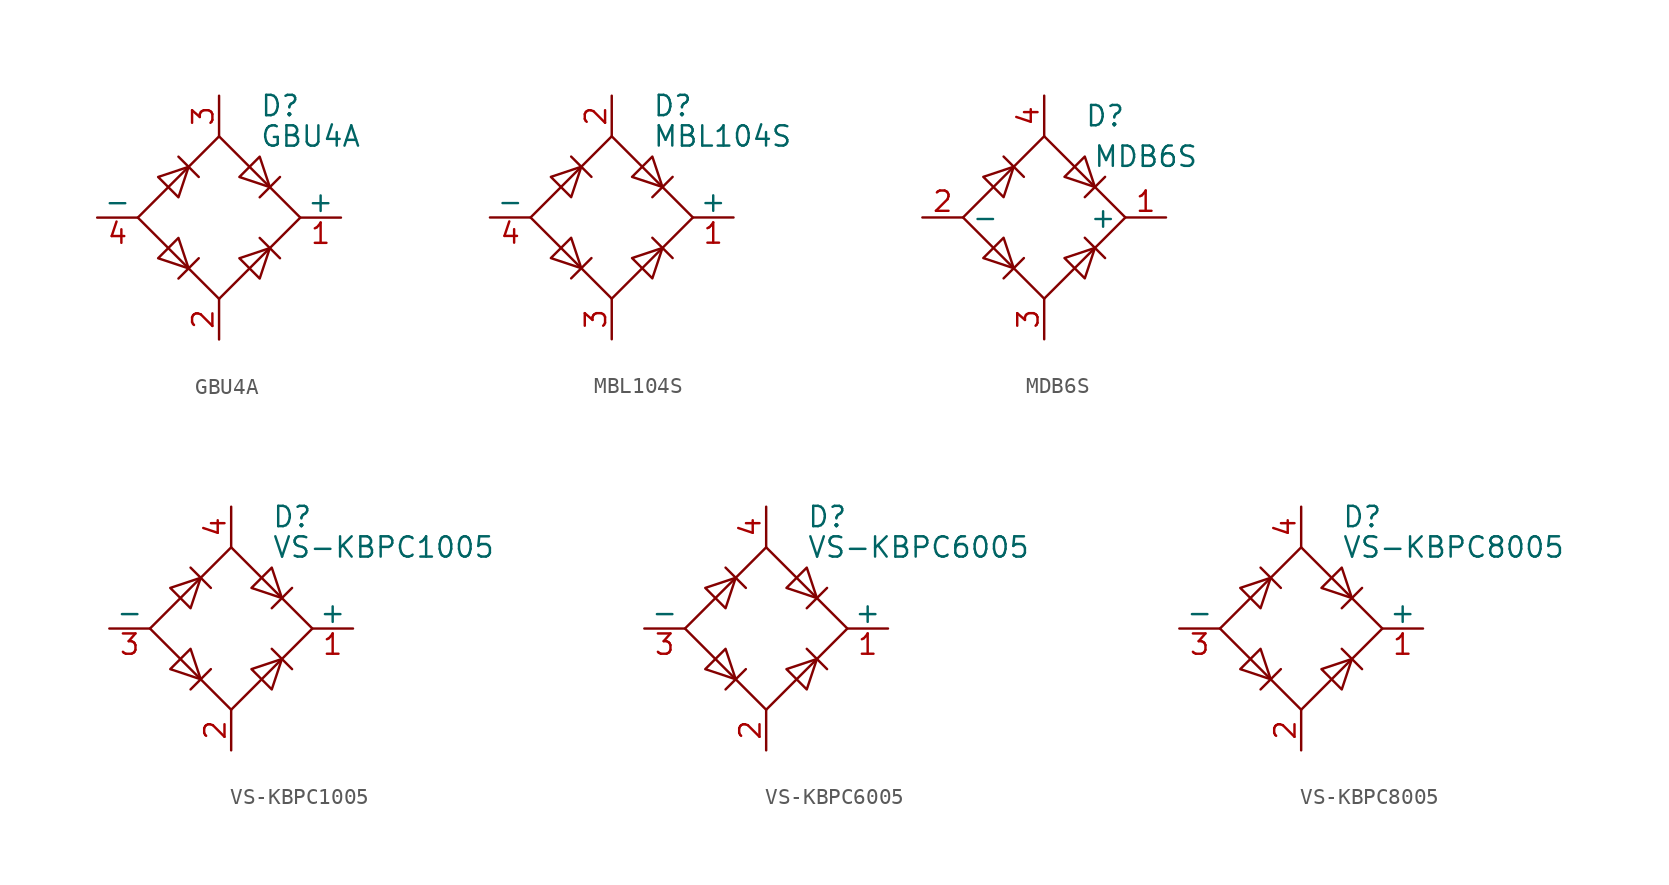
<source format=kicad_sym>
(kicad_symbol_lib
  (version 20241209)
  (generator "kicad_symbol_editor")
  (generator_version "9.0")
  (symbol "GBU4A"
    (pin_names
      (offset 0))
    (property "Reference" "D"
      (at 2.54 6.985 0)
      (effects (font (size 1.27 1.27)) (justify left)))
    (property "Value" "GBU4A"
      (at 2.54 5.08 0)
      (effects (font (size 1.27 1.27)) (justify left)))
    (symbol "GBU4A_0_1"
      (polyline (pts (xy -5.08 0) (xy 0 -5.08) (xy 5.08 0) (xy 0 5.08) (xy -5.08 0)) (stroke (width 0) (type default)) (fill (type none)))
      (polyline (pts (xy -3.81 2.54) (xy -2.54 1.27) (xy -1.905 3.175) (xy -3.81 2.54)) (stroke (width 0) (type default)) (fill (type none)))
      (polyline (pts (xy -2.54 3.81) (xy -1.27 2.54)) (stroke (width 0) (type default)) (fill (type none)))
      (polyline (pts (xy -2.54 -1.27) (xy -3.81 -2.54) (xy -1.905 -3.175) (xy -2.54 -1.27)) (stroke (width 0) (type default)) (fill (type none)))
      (polyline (pts (xy -1.27 -2.54) (xy -2.54 -3.81)) (stroke (width 0) (type default)) (fill (type none)))
      (polyline (pts (xy 1.27 2.54) (xy 2.54 3.81) (xy 3.175 1.905) (xy 1.27 2.54)) (stroke (width 0) (type default)) (fill (type none)))
      (polyline (pts (xy 2.54 1.27) (xy 3.81 2.54)) (stroke (width 0) (type default)) (fill (type none)))
      (polyline (pts (xy 2.54 -1.27) (xy 3.81 -2.54)) (stroke (width 0) (type default)) (fill (type none)))
      (polyline (pts (xy 3.175 -1.905) (xy 1.27 -2.54) (xy 2.54 -3.81) (xy 3.175 -1.905)) (stroke (width 0) (type default)) (fill (type none))))
    (symbol "GBU4A_1_1"
      (pin passive line (at -7.62 0 0) (length 2.54) (name "-" (effects (font (size 1.27 1.27)))) (number "4" (effects (font (size 1.27 1.27)))))
      (pin passive line (at 0 7.62 270) (length 2.54) (name "~" (effects (font (size 1.27 1.27)))) (number "3" (effects (font (size 1.27 1.27)))))
      (pin passive line (at 0 -7.62 90) (length 2.54) (name "~" (effects (font (size 1.27 1.27)))) (number "2" (effects (font (size 1.27 1.27)))))
      (pin passive line (at 7.62 0 180) (length 2.54) (name "+" (effects (font (size 1.27 1.27)))) (number "1" (effects (font (size 1.27 1.27)))))))
  (symbol "MBL104S"
    (pin_names
      (offset 0))
    (property "Reference" "D"
      (at 2.54 6.985 0)
      (effects (font (size 1.27 1.27)) (justify left)))
    (property "Value" "MBL104S"
      (at 2.54 5.08 0)
      (effects (font (size 1.27 1.27)) (justify left)))
    (symbol "MBL104S_0_1"
      (polyline (pts (xy -5.08 0) (xy 0 -5.08) (xy 5.08 0) (xy 0 5.08) (xy -5.08 0)) (stroke (width 0) (type default)) (fill (type none)))
      (polyline (pts (xy -3.81 2.54) (xy -2.54 1.27) (xy -1.905 3.175) (xy -3.81 2.54)) (stroke (width 0) (type default)) (fill (type none)))
      (polyline (pts (xy -2.54 3.81) (xy -1.27 2.54)) (stroke (width 0) (type default)) (fill (type none)))
      (polyline (pts (xy -2.54 -1.27) (xy -3.81 -2.54) (xy -1.905 -3.175) (xy -2.54 -1.27)) (stroke (width 0) (type default)) (fill (type none)))
      (polyline (pts (xy -1.27 -2.54) (xy -2.54 -3.81)) (stroke (width 0) (type default)) (fill (type none)))
      (polyline (pts (xy 1.27 2.54) (xy 2.54 3.81) (xy 3.175 1.905) (xy 1.27 2.54)) (stroke (width 0) (type default)) (fill (type none)))
      (polyline (pts (xy 2.54 1.27) (xy 3.81 2.54)) (stroke (width 0) (type default)) (fill (type none)))
      (polyline (pts (xy 2.54 -1.27) (xy 3.81 -2.54)) (stroke (width 0) (type default)) (fill (type none)))
      (polyline (pts (xy 3.175 -1.905) (xy 1.27 -2.54) (xy 2.54 -3.81) (xy 3.175 -1.905)) (stroke (width 0) (type default)) (fill (type none))))
    (symbol "MBL104S_1_1"
      (pin passive line (at -7.62 0 0) (length 2.54) (name "-" (effects (font (size 1.27 1.27)))) (number "4" (effects (font (size 1.27 1.27)))))
      (pin passive line (at 0 7.62 270) (length 2.54) (name "~" (effects (font (size 1.27 1.27)))) (number "2" (effects (font (size 1.27 1.27)))))
      (pin passive line (at 0 -7.62 90) (length 2.54) (name "~" (effects (font (size 1.27 1.27)))) (number "3" (effects (font (size 1.27 1.27)))))
      (pin passive line (at 7.62 0 180) (length 2.54) (name "+" (effects (font (size 1.27 1.27)))) (number "1" (effects (font (size 1.27 1.27)))))))
  (symbol "MDB6S"
    (property "Reference" "D"
      (at 3.81 6.35 0)
      (effects (font (size 1.27 1.27))))
    (property "Value" "MDB6S"
      (at 6.35 3.81 0)
      (effects (font (size 1.27 1.27))))
    (symbol "MDB6S_1_1"
      (polyline (pts (xy -5.08 0) (xy 0 -5.08) (xy 5.08 0) (xy 0 5.08) (xy -5.08 0)) (stroke (width 0) (type default)) (fill (type none)))
      (polyline (pts (xy -3.81 2.54) (xy -2.54 1.27) (xy -1.905 3.175) (xy -3.81 2.54)) (stroke (width 0) (type default)) (fill (type none)))
      (polyline (pts (xy -2.54 3.81) (xy -1.27 2.54)) (stroke (width 0) (type default)) (fill (type none)))
      (polyline (pts (xy -2.54 -1.27) (xy -3.81 -2.54) (xy -1.905 -3.175) (xy -2.54 -1.27)) (stroke (width 0) (type default)) (fill (type none)))
      (polyline (pts (xy -1.27 -2.54) (xy -2.54 -3.81)) (stroke (width 0) (type default)) (fill (type none)))
      (polyline (pts (xy 1.27 2.54) (xy 2.54 3.81) (xy 3.175 1.905) (xy 1.27 2.54)) (stroke (width 0) (type default)) (fill (type none)))
      (polyline (pts (xy 2.54 1.27) (xy 3.81 2.54)) (stroke (width 0) (type default)) (fill (type none)))
      (polyline (pts (xy 2.54 -1.27) (xy 3.81 -2.54)) (stroke (width 0) (type default)) (fill (type none)))
      (polyline (pts (xy 3.175 -1.905) (xy 1.27 -2.54) (xy 2.54 -3.81) (xy 3.175 -1.905)) (stroke (width 0) (type default)) (fill (type none)))
      (pin passive line (at -7.62 0 0) (length 2.54) (name "-" (effects (font (size 1.27 1.27)))) (number "2" (effects (font (size 1.27 1.27)))))
      (pin passive line (at 0 7.62 270) (length 2.54) (name "~" (effects (font (size 1.27 1.27)))) (number "4" (effects (font (size 1.27 1.27)))))
      (pin passive line (at 0 -7.62 90) (length 2.54) (name "~" (effects (font (size 1.27 1.27)))) (number "3" (effects (font (size 1.27 1.27)))))
      (pin passive line (at 7.62 0 180) (length 2.54) (name "+" (effects (font (size 1.27 1.27)))) (number "1" (effects (font (size 1.27 1.27)))))))
  (symbol "VS-KBPC1005"
    (pin_names
      (offset 0))
    (property "Reference" "D"
      (at 2.54 6.985 0)
      (effects (font (size 1.27 1.27)) (justify left)))
    (property "Value" "VS-KBPC1005"
      (at 2.54 5.08 0)
      (effects (font (size 1.27 1.27)) (justify left)))
    (symbol "VS-KBPC1005_0_1"
      (polyline (pts (xy -5.08 0) (xy 0 -5.08) (xy 5.08 0) (xy 0 5.08) (xy -5.08 0)) (stroke (width 0) (type default)) (fill (type none)))
      (polyline (pts (xy -3.81 2.54) (xy -2.54 1.27) (xy -1.905 3.175) (xy -3.81 2.54)) (stroke (width 0) (type default)) (fill (type none)))
      (polyline (pts (xy -2.54 3.81) (xy -1.27 2.54)) (stroke (width 0) (type default)) (fill (type none)))
      (polyline (pts (xy -2.54 -1.27) (xy -3.81 -2.54) (xy -1.905 -3.175) (xy -2.54 -1.27)) (stroke (width 0) (type default)) (fill (type none)))
      (polyline (pts (xy -1.27 -2.54) (xy -2.54 -3.81)) (stroke (width 0) (type default)) (fill (type none)))
      (polyline (pts (xy 1.27 2.54) (xy 2.54 3.81) (xy 3.175 1.905) (xy 1.27 2.54)) (stroke (width 0) (type default)) (fill (type none)))
      (polyline (pts (xy 2.54 1.27) (xy 3.81 2.54)) (stroke (width 0) (type default)) (fill (type none)))
      (polyline (pts (xy 2.54 -1.27) (xy 3.81 -2.54)) (stroke (width 0) (type default)) (fill (type none)))
      (polyline (pts (xy 3.175 -1.905) (xy 1.27 -2.54) (xy 2.54 -3.81) (xy 3.175 -1.905)) (stroke (width 0) (type default)) (fill (type none))))
    (symbol "VS-KBPC1005_1_1"
      (pin passive line (at -7.62 0 0) (length 2.54) (name "-" (effects (font (size 1.27 1.27)))) (number "3" (effects (font (size 1.27 1.27)))))
      (pin passive line (at 0 7.62 270) (length 2.54) (name "~" (effects (font (size 1.27 1.27)))) (number "4" (effects (font (size 1.27 1.27)))))
      (pin passive line (at 0 -7.62 90) (length 2.54) (name "~" (effects (font (size 1.27 1.27)))) (number "2" (effects (font (size 1.27 1.27)))))
      (pin passive line (at 7.62 0 180) (length 2.54) (name "+" (effects (font (size 1.27 1.27)))) (number "1" (effects (font (size 1.27 1.27)))))))
  (symbol "VS-KBPC6005"
    (pin_names
      (offset 0))
    (property "Reference" "D"
      (at 2.54 6.985 0)
      (effects (font (size 1.27 1.27)) (justify left)))
    (property "Value" "VS-KBPC6005"
      (at 2.54 5.08 0)
      (effects (font (size 1.27 1.27)) (justify left)))
    (symbol "VS-KBPC6005_0_1"
      (polyline (pts (xy -5.08 0) (xy 0 -5.08) (xy 5.08 0) (xy 0 5.08) (xy -5.08 0)) (stroke (width 0) (type default)) (fill (type none)))
      (polyline (pts (xy -3.81 2.54) (xy -2.54 1.27) (xy -1.905 3.175) (xy -3.81 2.54)) (stroke (width 0) (type default)) (fill (type none)))
      (polyline (pts (xy -2.54 3.81) (xy -1.27 2.54)) (stroke (width 0) (type default)) (fill (type none)))
      (polyline (pts (xy -2.54 -1.27) (xy -3.81 -2.54) (xy -1.905 -3.175) (xy -2.54 -1.27)) (stroke (width 0) (type default)) (fill (type none)))
      (polyline (pts (xy -1.27 -2.54) (xy -2.54 -3.81)) (stroke (width 0) (type default)) (fill (type none)))
      (polyline (pts (xy 1.27 2.54) (xy 2.54 3.81) (xy 3.175 1.905) (xy 1.27 2.54)) (stroke (width 0) (type default)) (fill (type none)))
      (polyline (pts (xy 2.54 1.27) (xy 3.81 2.54)) (stroke (width 0) (type default)) (fill (type none)))
      (polyline (pts (xy 2.54 -1.27) (xy 3.81 -2.54)) (stroke (width 0) (type default)) (fill (type none)))
      (polyline (pts (xy 3.175 -1.905) (xy 1.27 -2.54) (xy 2.54 -3.81) (xy 3.175 -1.905)) (stroke (width 0) (type default)) (fill (type none))))
    (symbol "VS-KBPC6005_1_1"
      (pin passive line (at -7.62 0 0) (length 2.54) (name "-" (effects (font (size 1.27 1.27)))) (number "3" (effects (font (size 1.27 1.27)))))
      (pin passive line (at 0 7.62 270) (length 2.54) (name "~" (effects (font (size 1.27 1.27)))) (number "4" (effects (font (size 1.27 1.27)))))
      (pin passive line (at 0 -7.62 90) (length 2.54) (name "~" (effects (font (size 1.27 1.27)))) (number "2" (effects (font (size 1.27 1.27)))))
      (pin passive line (at 7.62 0 180) (length 2.54) (name "+" (effects (font (size 1.27 1.27)))) (number "1" (effects (font (size 1.27 1.27)))))))
  (symbol "VS-KBPC8005"
    (pin_names
      (offset 0))
    (property "Reference" "D"
      (at 2.54 6.985 0)
      (effects (font (size 1.27 1.27)) (justify left)))
    (property "Value" "VS-KBPC8005"
      (at 2.54 5.08 0)
      (effects (font (size 1.27 1.27)) (justify left)))
    (symbol "VS-KBPC8005_0_1"
      (polyline (pts (xy -5.08 0) (xy 0 -5.08) (xy 5.08 0) (xy 0 5.08) (xy -5.08 0)) (stroke (width 0) (type default)) (fill (type none)))
      (polyline (pts (xy -3.81 2.54) (xy -2.54 1.27) (xy -1.905 3.175) (xy -3.81 2.54)) (stroke (width 0) (type default)) (fill (type none)))
      (polyline (pts (xy -2.54 3.81) (xy -1.27 2.54)) (stroke (width 0) (type default)) (fill (type none)))
      (polyline (pts (xy -2.54 -1.27) (xy -3.81 -2.54) (xy -1.905 -3.175) (xy -2.54 -1.27)) (stroke (width 0) (type default)) (fill (type none)))
      (polyline (pts (xy -1.27 -2.54) (xy -2.54 -3.81)) (stroke (width 0) (type default)) (fill (type none)))
      (polyline (pts (xy 1.27 2.54) (xy 2.54 3.81) (xy 3.175 1.905) (xy 1.27 2.54)) (stroke (width 0) (type default)) (fill (type none)))
      (polyline (pts (xy 2.54 1.27) (xy 3.81 2.54)) (stroke (width 0) (type default)) (fill (type none)))
      (polyline (pts (xy 2.54 -1.27) (xy 3.81 -2.54)) (stroke (width 0) (type default)) (fill (type none)))
      (polyline (pts (xy 3.175 -1.905) (xy 1.27 -2.54) (xy 2.54 -3.81) (xy 3.175 -1.905)) (stroke (width 0) (type default)) (fill (type none))))
    (symbol "VS-KBPC8005_1_1"
      (pin passive line (at -7.62 0 0) (length 2.54) (name "-" (effects (font (size 1.27 1.27)))) (number "3" (effects (font (size 1.27 1.27)))))
      (pin passive line (at 0 7.62 270) (length 2.54) (name "~" (effects (font (size 1.27 1.27)))) (number "4" (effects (font (size 1.27 1.27)))))
      (pin passive line (at 0 -7.62 90) (length 2.54) (name "~" (effects (font (size 1.27 1.27)))) (number "2" (effects (font (size 1.27 1.27)))))
      (pin passive line (at 7.62 0 180) (length 2.54) (name "+" (effects (font (size 1.27 1.27)))) (number "1" (effects (font (size 1.27 1.27))))))))
</source>
